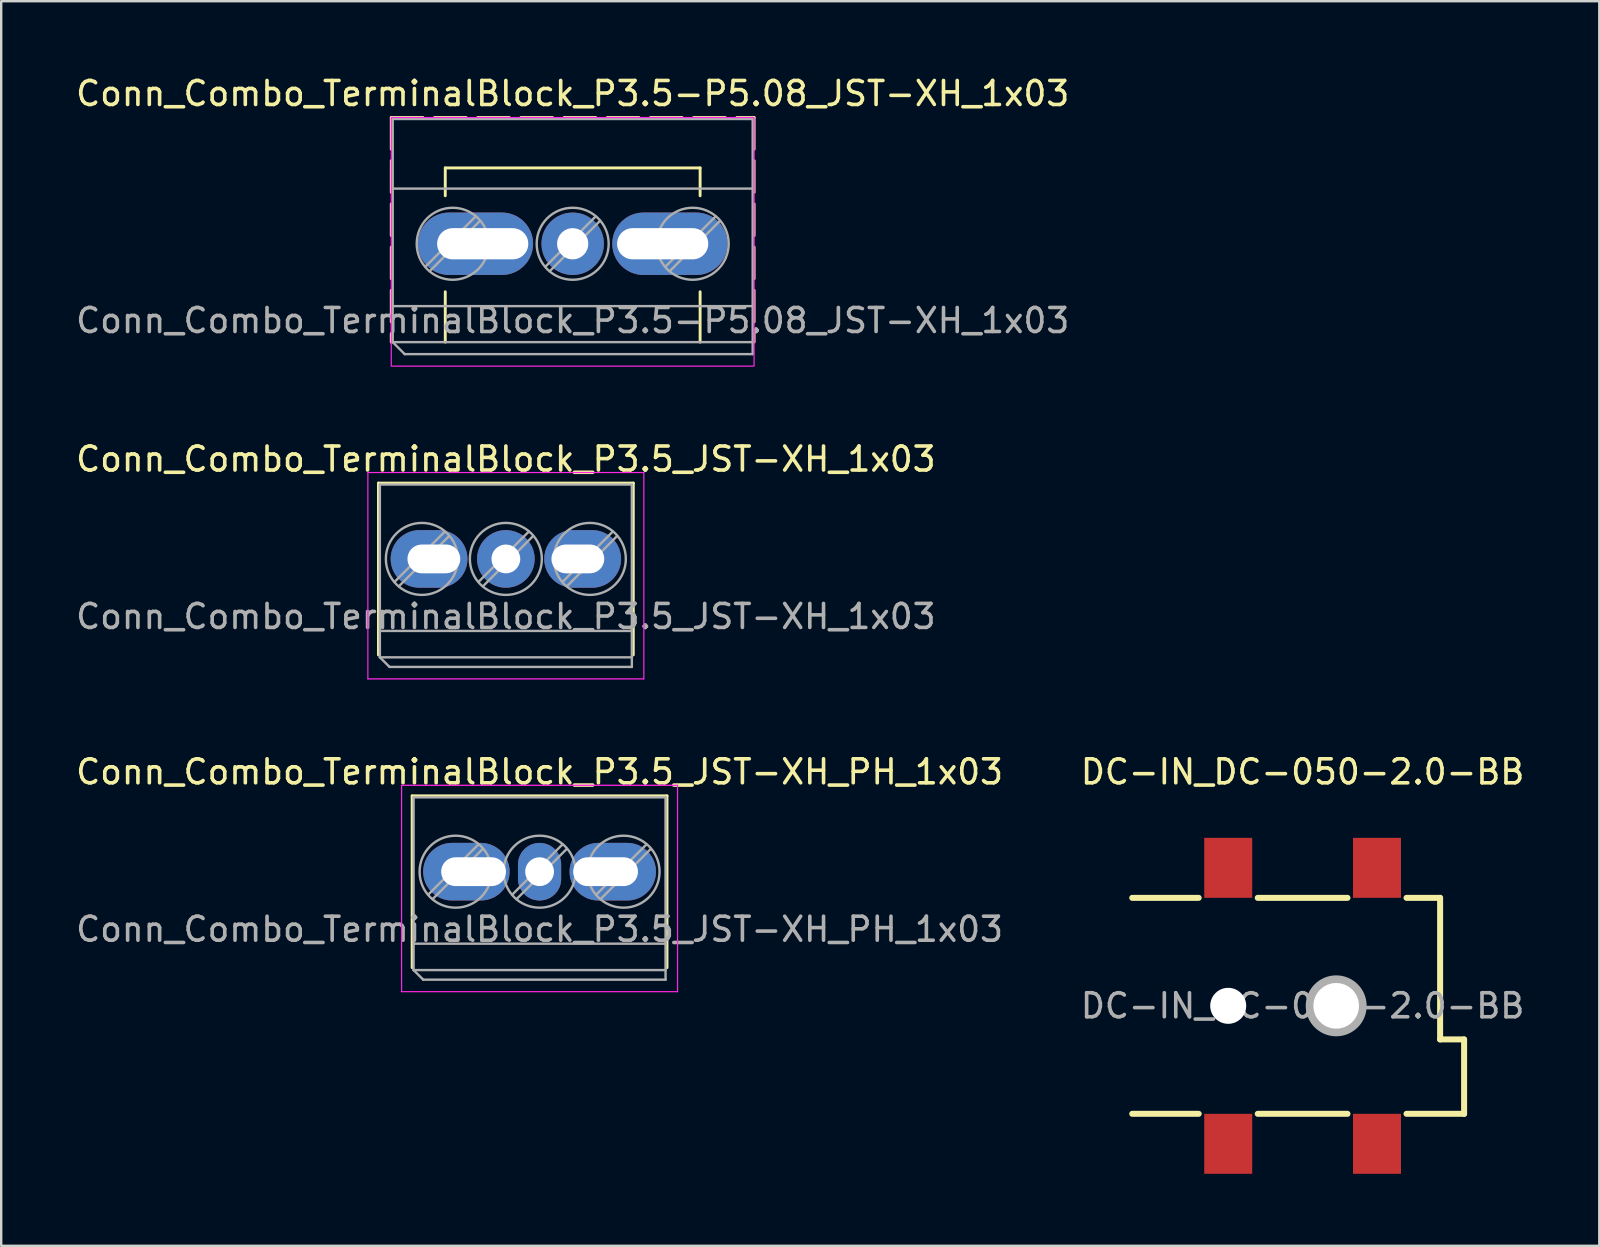
<source format=kicad_pcb>
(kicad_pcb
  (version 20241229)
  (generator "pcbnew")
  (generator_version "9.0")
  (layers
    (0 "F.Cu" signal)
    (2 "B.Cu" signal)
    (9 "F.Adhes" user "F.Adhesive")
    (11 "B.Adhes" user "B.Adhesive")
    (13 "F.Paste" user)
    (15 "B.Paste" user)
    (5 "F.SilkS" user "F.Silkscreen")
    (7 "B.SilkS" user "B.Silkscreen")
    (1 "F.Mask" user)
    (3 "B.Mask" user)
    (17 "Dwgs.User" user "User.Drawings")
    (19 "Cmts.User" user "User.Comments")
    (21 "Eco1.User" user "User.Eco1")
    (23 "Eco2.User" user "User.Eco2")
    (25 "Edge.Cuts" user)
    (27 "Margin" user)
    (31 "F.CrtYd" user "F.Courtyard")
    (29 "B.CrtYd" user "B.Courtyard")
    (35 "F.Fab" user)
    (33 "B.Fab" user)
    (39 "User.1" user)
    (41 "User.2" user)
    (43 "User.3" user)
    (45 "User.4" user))
  (footprint "Conn_Combo_TerminalBlock_P3.5_JST-XH_1x03"
    (layer "F.Cu")
    (at 14.53 20.241)
    (property "Reference" "Conn_Combo_TerminalBlock_P3.5_JST-XH_1x03" (at 3.5 -4.16 0) (layer "F.SilkS") (effects (font (size 1 1) (thickness 0.15))))
    (attr through_hole)
    (fp_line (start -1.81 -3.16) (end -1.81 4) (stroke (width 0.12) (type solid)) (layer "F.SilkS"))
    (fp_line (start -1.81 -3.16) (end 8.81 -3.16) (stroke (width 0.12) (type solid)) (layer "F.SilkS"))
    (fp_line (start 8.81 -3.16) (end 8.81 4) (stroke (width 0.12) (type solid)) (layer "F.SilkS"))
    (fp_line (start -2.25 -3.6) (end -2.25 5) (stroke (width 0.05) (type solid)) (layer "F.CrtYd"))
    (fp_line (start -2.25 5) (end 9.25 5) (stroke (width 0.05) (type solid)) (layer "F.CrtYd"))
    (fp_line (start 9.25 -3.6) (end -2.25 -3.6) (stroke (width 0.05) (type solid)) (layer "F.CrtYd"))
    (fp_line (start 9.25 5) (end 9.25 -3.6) (stroke (width 0.05) (type solid)) (layer "F.CrtYd"))
    (fp_line (start -1.75 -3.1) (end 8.75 -3.1) (stroke (width 0.1) (type solid)) (layer "F.Fab"))
    (fp_line (start -1.75 3) (end 8.75 3) (stroke (width 0.1) (type solid)) (layer "F.Fab"))
    (fp_line (start -1.75 4.1) (end -1.75 -3.1) (stroke (width 0.1) (type solid)) (layer "F.Fab"))
    (fp_line (start -1.75 4.1) (end 8.75 4.1) (stroke (width 0.1) (type solid)) (layer "F.Fab"))
    (fp_line (start -1.35 4.5) (end -1.75 4.1) (stroke (width 0.1) (type solid)) (layer "F.Fab"))
    (fp_line (start 0.955 -1.138) (end -1.138 0.955) (stroke (width 0.1) (type solid)) (layer "F.Fab"))
    (fp_line (start 1.138 -0.955) (end -0.955 1.138) (stroke (width 0.1) (type solid)) (layer "F.Fab"))
    (fp_line (start 4.455 -1.138) (end 2.363 0.955) (stroke (width 0.1) (type solid)) (layer "F.Fab"))
    (fp_line (start 4.638 -0.955) (end 2.546 1.138) (stroke (width 0.1) (type solid)) (layer "F.Fab"))
    (fp_line (start 7.955 -1.138) (end 5.863 0.955) (stroke (width 0.1) (type solid)) (layer "F.Fab"))
    (fp_line (start 8.138 -0.955) (end 6.046 1.138) (stroke (width 0.1) (type solid)) (layer "F.Fab"))
    (fp_line (start 8.75 -3.1) (end 8.75 4.5) (stroke (width 0.1) (type solid)) (layer "F.Fab"))
    (fp_line (start 8.75 4.5) (end -1.35 4.5) (stroke (width 0.1) (type solid)) (layer "F.Fab"))
    (fp_circle (center 0 0) (end 1.5 0) (stroke (width 0.1) (type solid)) (fill no) (layer "F.Fab"))
    (fp_circle (center 3.5 0) (end 5 0) (stroke (width 0.1) (type solid)) (fill no) (layer "F.Fab"))
    (fp_circle (center 7 0) (end 8.5 0) (stroke (width 0.1) (type solid)) (fill no) (layer "F.Fab"))
    (fp_text user "${REFERENCE}" (at 3.5 2.4 0) (layer "F.Fab") (effects (font (size 1 1) (thickness 0.15))))
    (pad "1" thru_hole oval (at 0.5 0) (size 3.2 2.4) (drill oval 2.2 1.2 (offset -0.2 0)) (layers "*.Cu" "*.Mask"))
    (pad "2" thru_hole oval (at 3.5 0) (size 2.4 2.4) (drill 1.2) (layers "*.Cu" "*.Mask"))
    (pad "3" thru_hole oval (at 6.5 0) (size 3.2 2.4) (drill oval 2.2 1.2 (offset 0.2 0)) (layers "*.Cu" "*.Mask")))
  (footprint "Conn_Combo_TerminalBlock_P3.5-P5.08_JST-XH_1x03"
    (layer "F.Cu")
    (at 15.815 7.108)
    (property "Reference" "Conn_Combo_TerminalBlock_P3.5-P5.08_JST-XH_1x03" (at 5 -6.26 0) (layer "F.SilkS") (effects (font (size 1 1) (thickness 0.15))))
    (attr through_hole)
    (fp_line (start -2.56 -5.261) (end -2.56 4.1) (stroke (width 0.12) (type dash)) (layer "F.SilkS"))
    (fp_line (start -2.56 -5.261) (end 12.56 -5.261) (stroke (width 0.12) (type dash)) (layer "F.SilkS"))
    (fp_line (start -0.31 -3.16) (end -0.31 -2) (stroke (width 0.12) (type solid)) (layer "F.SilkS"))
    (fp_line (start -0.31 -3.16) (end 10.31 -3.16) (stroke (width 0.12) (type solid)) (layer "F.SilkS"))
    (fp_line (start -0.31 2) (end -0.31 4.1) (stroke (width 0.12) (type solid)) (layer "F.SilkS"))
    (fp_line (start 10.31 -3.16) (end 10.31 -2) (stroke (width 0.12) (type solid)) (layer "F.SilkS"))
    (fp_line (start 10.31 2) (end 10.31 4.1) (stroke (width 0.12) (type solid)) (layer "F.SilkS"))
    (fp_line (start 12.56 -5.261) (end 12.56 4.1) (stroke (width 0.12) (type dash)) (layer "F.SilkS"))
    (fp_rect (start -2.56 -5.261) (end 12.56 5.1) (stroke (width 0.05) (type default)) (fill no) (layer "F.CrtYd"))
    (fp_line (start -2.5 -5.2) (end 12.5 -5.2) (stroke (width 0.1) (type solid)) (layer "F.Fab"))
    (fp_line (start -2.5 -2.3) (end 12.5 -2.3) (stroke (width 0.1) (type solid)) (layer "F.Fab"))
    (fp_line (start -2.5 2.6) (end 12.5 2.6) (stroke (width 0.1) (type solid)) (layer "F.Fab"))
    (fp_line (start -2.5 4.1) (end -2.5 -5.2) (stroke (width 0.1) (type solid)) (layer "F.Fab"))
    (fp_line (start -2.5 4.1) (end 12.5 4.1) (stroke (width 0.1) (type solid)) (layer "F.Fab"))
    (fp_line (start -2 4.6) (end -2.5 4.1) (stroke (width 0.1) (type solid)) (layer "F.Fab"))
    (fp_line (start 0.955 -1.138) (end -1.138 0.955) (stroke (width 0.1) (type solid)) (layer "F.Fab"))
    (fp_line (start 1.138 -0.955) (end -0.955 1.138) (stroke (width 0.1) (type solid)) (layer "F.Fab"))
    (fp_line (start 5.955 -1.138) (end 3.863 0.955) (stroke (width 0.1) (type solid)) (layer "F.Fab"))
    (fp_line (start 6.138 -0.955) (end 4.046 1.138) (stroke (width 0.1) (type solid)) (layer "F.Fab"))
    (fp_line (start 10.955 -1.138) (end 8.863 0.955) (stroke (width 0.1) (type solid)) (layer "F.Fab"))
    (fp_line (start 11.138 -0.955) (end 9.046 1.138) (stroke (width 0.1) (type solid)) (layer "F.Fab"))
    (fp_line (start 12.5 -5.2) (end 12.5 4.6) (stroke (width 0.1) (type solid)) (layer "F.Fab"))
    (fp_line (start 12.5 4.6) (end -2 4.6) (stroke (width 0.1) (type solid)) (layer "F.Fab"))
    (fp_circle (center 0 0) (end 1.5 0) (stroke (width 0.1) (type solid)) (fill no) (layer "F.Fab"))
    (fp_circle (center 5 0) (end 6.5 0) (stroke (width 0.1) (type solid)) (fill no) (layer "F.Fab"))
    (fp_circle (center 10 0) (end 11.5 0) (stroke (width 0.1) (type solid)) (fill no) (layer "F.Fab"))
    (fp_text user "${REFERENCE}" (at 5 3.2 0) (layer "F.Fab") (effects (font (size 1 1) (thickness 0.15))))
    (pad "1" thru_hole oval (at 1.25 0) (size 4.8 2.6) (drill oval 3.8 1.3 (offset -0.3 0)) (layers "*.Cu" "*.Mask"))
    (pad "2" thru_hole oval (at 5 0) (size 2.6 2.6) (drill 1.3) (layers "*.Cu" "*.Mask"))
    (pad "3" thru_hole oval (at 8.75 0) (size 4.8 2.6) (drill oval 3.8 1.3 (offset 0.3 0)) (layers "*.Cu" "*.Mask")))
  (footprint "DC-IN_DC-050-2.0-BB"
    (layer "F.Cu")
    (at 51.232 38.865)
    (property "Reference" "DC-IN_DC-050-2.0-BB" (at 0 -9.75 0) (layer "F.SilkS") (effects (font (size 1 1) (thickness 0.15))))
    (attr smd)
    (fp_line (start -7.1 -4.5) (end -4.33 -4.5) (stroke (width 0.25) (type solid)) (layer "F.SilkS"))
    (fp_line (start -7.1 4.5) (end -4.33 4.5) (stroke (width 0.25) (type solid)) (layer "F.SilkS"))
    (fp_line (start -1.87 -4.5) (end 1.87 -4.5) (stroke (width 0.25) (type solid)) (layer "F.SilkS"))
    (fp_line (start -1.87 4.5) (end 1.87 4.5) (stroke (width 0.25) (type solid)) (layer "F.SilkS"))
    (fp_line (start 4.33 4.5) (end 6.73 4.5) (stroke (width 0.25) (type solid)) (layer "F.SilkS"))
    (fp_line (start 5.73 -4.5) (end 4.33 -4.5) (stroke (width 0.25) (type solid)) (layer "F.SilkS"))
    (fp_line (start 5.73 1.4) (end 5.73 -4.5) (stroke (width 0.25) (type solid)) (layer "F.SilkS"))
    (fp_line (start 6.73 1.4) (end 5.73 1.4) (stroke (width 0.25) (type solid)) (layer "F.SilkS"))
    (fp_line (start 6.73 4.5) (end 6.73 1.4) (stroke (width 0.25) (type solid)) (layer "F.SilkS"))
    (fp_circle (center -3.1 0) (end -2.8 0) (stroke (width 0.6) (type solid)) (fill no) (layer "Cmts.User"))
    (fp_circle (center 1.4 0) (end 1.78 0) (stroke (width 0.75) (type solid)) (fill no) (layer "Cmts.User"))
    (fp_circle (center -3.1 0) (end -2.77 0) (stroke (width 0.65) (type solid)) (fill no) (layer "F.Fab"))
    (fp_circle (center 1.4 0) (end 1.82 0) (stroke (width 0.85) (type solid)) (fill no) (layer "F.Fab"))
    (fp_text user "${REFERENCE}" (at 0 0 0) (layer "F.Fab") (effects (font (size 1 1) (thickness 0.15))))
    (pad "" np_thru_hole circle (at -3.1 0) (size 1.5 1.5) (drill 1.5) (layers "*.Cu" "*.Mask"))
    (pad "" np_thru_hole circle (at 1.4 0) (size 1.9 1.9) (drill 1.9) (layers "*.Cu" "*.Mask"))
    (pad "1" smd rect (at -3.1 -5.75) (size 2 2.5) (layers "F.Cu" "F.Mask" "F.Paste"))
    (pad "1" smd rect (at 3.1 -5.75) (size 2 2.5) (layers "F.Cu" "F.Mask" "F.Paste"))
    (pad "2" smd rect (at -3.1 5.75) (size 2 2.5) (layers "F.Cu" "F.Mask" "F.Paste"))
    (pad "3" smd rect (at 3.1 5.75) (size 2 2.5) (layers "F.Cu" "F.Mask" "F.Paste")))
  (footprint "Conn_Combo_TerminalBlock_P3.5_JST-XH_PH_1x03"
    (layer "F.Cu")
    (at 15.935 33.275)
    (property "Reference" "Conn_Combo_TerminalBlock_P3.5_JST-XH_PH_1x03" (at 3.5 -4.16 0) (layer "F.SilkS") (effects (font (size 1 1) (thickness 0.15))))
    (attr through_hole)
    (fp_line (start -1.81 -3.16) (end -1.81 4) (stroke (width 0.12) (type solid)) (layer "F.SilkS"))
    (fp_line (start -1.81 -3.16) (end 8.81 -3.16) (stroke (width 0.12) (type solid)) (layer "F.SilkS"))
    (fp_line (start 8.81 -3.16) (end 8.81 4) (stroke (width 0.12) (type solid)) (layer "F.SilkS"))
    (fp_line (start -2.25 -3.6) (end -2.25 5) (stroke (width 0.05) (type solid)) (layer "F.CrtYd"))
    (fp_line (start -2.25 5) (end 9.25 5) (stroke (width 0.05) (type solid)) (layer "F.CrtYd"))
    (fp_line (start 9.25 -3.6) (end -2.25 -3.6) (stroke (width 0.05) (type solid)) (layer "F.CrtYd"))
    (fp_line (start 9.25 5) (end 9.25 -3.6) (stroke (width 0.05) (type solid)) (layer "F.CrtYd"))
    (fp_line (start -1.75 -3.1) (end 8.75 -3.1) (stroke (width 0.1) (type solid)) (layer "F.Fab"))
    (fp_line (start -1.75 3) (end 8.75 3) (stroke (width 0.1) (type solid)) (layer "F.Fab"))
    (fp_line (start -1.75 4.1) (end -1.75 -3.1) (stroke (width 0.1) (type solid)) (layer "F.Fab"))
    (fp_line (start -1.75 4.1) (end 8.75 4.1) (stroke (width 0.1) (type solid)) (layer "F.Fab"))
    (fp_line (start -1.35 4.5) (end -1.75 4.1) (stroke (width 0.1) (type solid)) (layer "F.Fab"))
    (fp_line (start 0.955 -1.138) (end -1.138 0.955) (stroke (width 0.1) (type solid)) (layer "F.Fab"))
    (fp_line (start 1.138 -0.955) (end -0.955 1.138) (stroke (width 0.1) (type solid)) (layer "F.Fab"))
    (fp_line (start 4.455 -1.138) (end 2.363 0.955) (stroke (width 0.1) (type solid)) (layer "F.Fab"))
    (fp_line (start 4.638 -0.955) (end 2.546 1.138) (stroke (width 0.1) (type solid)) (layer "F.Fab"))
    (fp_line (start 7.955 -1.138) (end 5.863 0.955) (stroke (width 0.1) (type solid)) (layer "F.Fab"))
    (fp_line (start 8.138 -0.955) (end 6.046 1.138) (stroke (width 0.1) (type solid)) (layer "F.Fab"))
    (fp_line (start 8.75 -3.1) (end 8.75 4.5) (stroke (width 0.1) (type solid)) (layer "F.Fab"))
    (fp_line (start 8.75 4.5) (end -1.35 4.5) (stroke (width 0.1) (type solid)) (layer "F.Fab"))
    (fp_circle (center 0 0) (end 1.5 0) (stroke (width 0.1) (type solid)) (fill no) (layer "F.Fab"))
    (fp_circle (center 3.5 0) (end 5 0) (stroke (width 0.1) (type solid)) (fill no) (layer "F.Fab"))
    (fp_circle (center 7 0) (end 8.5 0) (stroke (width 0.1) (type solid)) (fill no) (layer "F.Fab"))
    (fp_text user "${REFERENCE}" (at 3.5 2.4 0) (layer "F.Fab") (effects (font (size 1 1) (thickness 0.15))))
    (pad "1" thru_hole oval (at 0.75 0) (size 3.6 2.4) (drill oval 2.7 1.2 (offset -0.3 0)) (layers "*.Cu" "*.Mask"))
    (pad "2" thru_hole oval (at 3.5 0) (size 1.8 2.4) (drill oval 1.2) (layers "*.Cu" "*.Mask"))
    (pad "3" thru_hole oval (at 6.25 0) (size 3.6 2.4) (drill oval 2.7 1.2 (offset 0.3 0)) (layers "*.Cu" "*.Mask")))
  (gr_rect
    (start -3 -3)
    (end 63.595 48.865)
    (stroke (width 0.1) (type default))
    (fill no)
    (layer "Edge.Cuts")))
</source>
